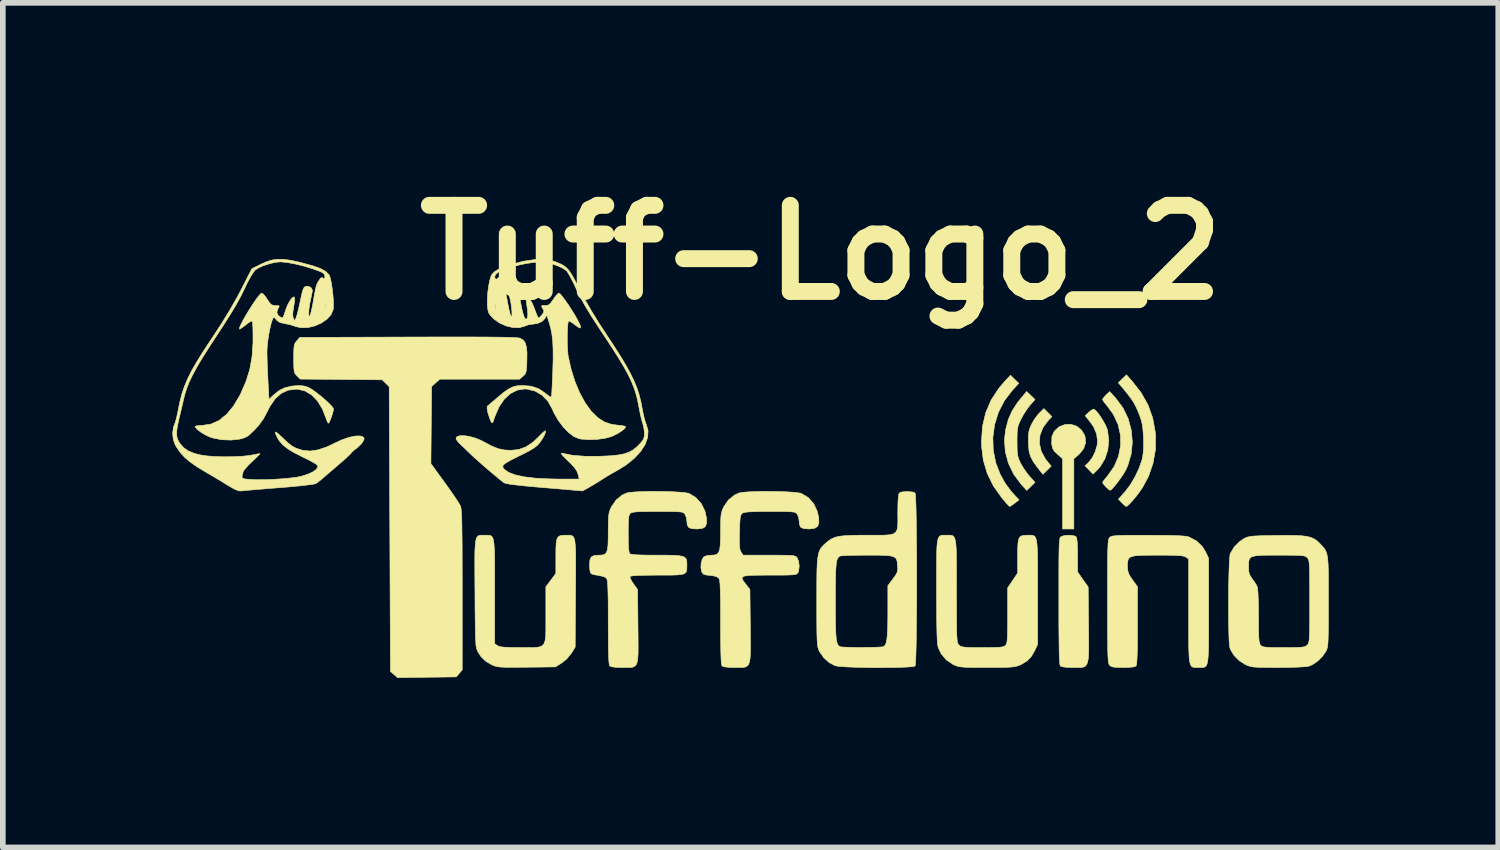
<source format=kicad_pcb>
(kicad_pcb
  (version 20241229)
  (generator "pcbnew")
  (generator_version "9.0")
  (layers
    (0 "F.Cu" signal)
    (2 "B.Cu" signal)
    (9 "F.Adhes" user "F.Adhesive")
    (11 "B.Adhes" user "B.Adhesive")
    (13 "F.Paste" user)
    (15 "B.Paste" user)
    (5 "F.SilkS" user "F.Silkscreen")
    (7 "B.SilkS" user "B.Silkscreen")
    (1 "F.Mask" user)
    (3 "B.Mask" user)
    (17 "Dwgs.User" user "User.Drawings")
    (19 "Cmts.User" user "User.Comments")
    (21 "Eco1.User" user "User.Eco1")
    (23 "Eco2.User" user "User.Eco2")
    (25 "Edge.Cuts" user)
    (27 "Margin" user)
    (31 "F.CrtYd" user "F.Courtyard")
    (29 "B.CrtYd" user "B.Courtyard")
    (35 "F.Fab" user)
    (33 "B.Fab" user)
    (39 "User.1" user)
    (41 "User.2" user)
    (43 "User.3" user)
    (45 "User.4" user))
  (footprint "Tuff-Logo_2"
    (layer "F.Cu")
    (at 10.209 5.228)
    (property "Reference" "Tuff-Logo_2" (at 1.27 -3.81 0) (layer "F.SilkS") (effects (font (size 1.524 1.524) (thickness 0.3))))
    (attr through_hole)
    (fp_poly (pts (xy 5.793 -0.736) (xy 5.876 -0.671) (xy 5.933 -0.577) (xy 5.942 -0.551) (xy 5.951 -0.444) (xy 5.917 -0.341) (xy 5.844 -0.248) (xy 5.83 -0.237) (xy 5.743 -0.161) (xy 5.743 1.082) (xy 5.544 1.082) (xy 5.544 -0.16) (xy 5.453 -0.241) (xy 5.397 -0.295) (xy 5.367 -0.345) (xy 5.353 -0.409) (xy 5.351 -0.433) (xy 5.355 -0.552) (xy 5.396 -0.646) (xy 5.474 -0.719) (xy 5.485 -0.727) (xy 5.589 -0.767) (xy 5.694 -0.769) (xy 5.793 -0.736)) (stroke (width 0.01) (type solid)) (fill yes) (layer "F.SilkS"))
    (fp_poly (pts (xy 5.284 -0.977) (xy 5.354 -0.906) (xy 5.286 -0.834) (xy 5.194 -0.708) (xy 5.143 -0.572) (xy 5.134 -0.431) (xy 5.167 -0.29) (xy 5.241 -0.154) (xy 5.265 -0.124) (xy 5.343 -0.029) (xy 5.195 0.115) (xy 5.103 -0.001) (xy 5.027 -0.105) (xy 4.978 -0.197) (xy 4.951 -0.291) (xy 4.94 -0.405) (xy 4.938 -0.464) (xy 4.939 -0.565) (xy 4.947 -0.639) (xy 4.965 -0.702) (xy 4.995 -0.771) (xy 4.996 -0.773) (xy 5.044 -0.856) (xy 5.101 -0.934) (xy 5.135 -0.971) (xy 5.213 -1.048) (xy 5.284 -0.977)) (stroke (width 0.01) (type solid)) (fill yes) (layer "F.SilkS"))
    (fp_poly (pts (xy 6.124 -1.02) (xy 6.168 -0.971) (xy 6.217 -0.903) (xy 6.266 -0.824) (xy 6.308 -0.745) (xy 6.336 -0.675) (xy 6.339 -0.661) (xy 6.361 -0.488) (xy 6.344 -0.318) (xy 6.292 -0.158) (xy 6.207 -0.017) (xy 6.153 0.042) (xy 6.083 0.111) (xy 5.941 -0.036) (xy 5.999 -0.09) (xy 6.067 -0.174) (xy 6.121 -0.284) (xy 6.155 -0.4) (xy 6.162 -0.47) (xy 6.146 -0.6) (xy 6.093 -0.724) (xy 6.019 -0.829) (xy 5.944 -0.921) (xy 6.004 -0.98) (xy 6.051 -1.018) (xy 6.087 -1.037) (xy 6.092 -1.038) (xy 6.124 -1.02)) (stroke (width 0.01) (type solid)) (fill yes) (layer "F.SilkS"))
    (fp_poly (pts (xy 4.695 -1.566) (xy 4.769 -1.495) (xy 4.654 -1.371) (xy 4.514 -1.188) (xy 4.409 -0.984) (xy 4.341 -0.765) (xy 4.31 -0.538) (xy 4.317 -0.308) (xy 4.363 -0.083) (xy 4.441 0.117) (xy 4.526 0.27) (xy 4.622 0.402) (xy 4.698 0.488) (xy 4.773 0.567) (xy 4.696 0.626) (xy 4.647 0.662) (xy 4.613 0.683) (xy 4.607 0.685) (xy 4.589 0.669) (xy 4.549 0.626) (xy 4.497 0.565) (xy 4.474 0.538) (xy 4.321 0.324) (xy 4.211 0.101) (xy 4.141 -0.134) (xy 4.11 -0.386) (xy 4.109 -0.473) (xy 4.127 -0.735) (xy 4.184 -0.976) (xy 4.279 -1.198) (xy 4.415 -1.406) (xy 4.525 -1.535) (xy 4.622 -1.638) (xy 4.695 -1.566)) (stroke (width 0.01) (type solid)) (fill yes) (layer "F.SilkS"))
    (fp_poly (pts (xy 4.982 -1.28) (xy 5.056 -1.208) (xy 4.968 -1.109) (xy 4.911 -1.034) (xy 4.852 -0.942) (xy 4.809 -0.864) (xy 4.778 -0.798) (xy 4.758 -0.744) (xy 4.746 -0.689) (xy 4.74 -0.62) (xy 4.738 -0.525) (xy 4.738 -0.464) (xy 4.739 -0.351) (xy 4.742 -0.27) (xy 4.751 -0.209) (xy 4.767 -0.156) (xy 4.792 -0.1) (xy 4.799 -0.084) (xy 4.851 0.005) (xy 4.916 0.098) (xy 4.959 0.15) (xy 5.056 0.258) (xy 4.983 0.329) (xy 4.91 0.4) (xy 4.804 0.283) (xy 4.678 0.112) (xy 4.586 -0.078) (xy 4.531 -0.282) (xy 4.515 -0.489) (xy 4.535 -0.67) (xy 4.583 -0.854) (xy 4.653 -1.011) (xy 4.75 -1.16) (xy 4.792 -1.211) (xy 4.908 -1.351) (xy 4.982 -1.28)) (stroke (width 0.01) (type solid)) (fill yes) (layer "F.SilkS"))
    (fp_poly (pts (xy 6.485 -1.231) (xy 6.613 -1.059) (xy 6.705 -0.868) (xy 6.76 -0.663) (xy 6.778 -0.452) (xy 6.757 -0.242) (xy 6.697 -0.038) (xy 6.661 0.04) (xy 6.626 0.101) (xy 6.577 0.174) (xy 6.523 0.249) (xy 6.469 0.317) (xy 6.423 0.369) (xy 6.392 0.396) (xy 6.386 0.398) (xy 6.361 0.383) (xy 6.321 0.347) (xy 6.31 0.336) (xy 6.272 0.293) (xy 6.252 0.263) (xy 6.251 0.26) (xy 6.264 0.237) (xy 6.299 0.192) (xy 6.343 0.139) (xy 6.458 -0.025) (xy 6.534 -0.204) (xy 6.57 -0.391) (xy 6.567 -0.581) (xy 6.526 -0.767) (xy 6.444 -0.943) (xy 6.339 -1.088) (xy 6.292 -1.145) (xy 6.26 -1.189) (xy 6.251 -1.209) (xy 6.265 -1.235) (xy 6.302 -1.277) (xy 6.314 -1.289) (xy 6.377 -1.349) (xy 6.485 -1.231)) (stroke (width 0.01) (type solid)) (fill yes) (layer "F.SilkS"))
    (fp_poly (pts (xy 6.772 -1.535) (xy 6.935 -1.327) (xy 7.056 -1.112) (xy 7.138 -0.882) (xy 7.184 -0.632) (xy 7.19 -0.564) (xy 7.187 -0.322) (xy 7.144 -0.08) (xy 7.064 0.152) (xy 6.957 0.351) (xy 6.905 0.426) (xy 6.846 0.504) (xy 6.785 0.577) (xy 6.731 0.637) (xy 6.69 0.675) (xy 6.672 0.685) (xy 6.648 0.67) (xy 6.608 0.634) (xy 6.594 0.62) (xy 6.532 0.555) (xy 6.647 0.426) (xy 6.738 0.307) (xy 6.825 0.161) (xy 6.898 0.006) (xy 6.949 -0.141) (xy 6.958 -0.18) (xy 6.972 -0.276) (xy 6.977 -0.403) (xy 6.975 -0.544) (xy 6.967 -0.665) (xy 6.956 -0.759) (xy 6.936 -0.841) (xy 6.906 -0.929) (xy 6.894 -0.961) (xy 6.852 -1.06) (xy 6.809 -1.144) (xy 6.757 -1.224) (xy 6.688 -1.315) (xy 6.617 -1.402) (xy 6.53 -1.505) (xy 6.602 -1.575) (xy 6.674 -1.645) (xy 6.772 -1.535)) (stroke (width 0.01) (type solid)) (fill yes) (layer "F.SilkS"))
    (fp_poly (pts (xy 5.718 1.197) (xy 5.771 1.211) (xy 5.782 1.219) (xy 5.795 1.253) (xy 5.804 1.328) (xy 5.808 1.444) (xy 5.809 1.544) (xy 5.809 1.842) (xy 5.903 1.976) (xy 5.997 2.109) (xy 6.003 2.769) (xy 6.005 2.973) (xy 6.006 3.137) (xy 6.005 3.266) (xy 6 3.364) (xy 5.988 3.434) (xy 5.97 3.482) (xy 5.944 3.512) (xy 5.907 3.528) (xy 5.858 3.534) (xy 5.797 3.534) (xy 5.735 3.534) (xy 5.623 3.531) (xy 5.544 3.522) (xy 5.505 3.508) (xy 5.504 3.507) (xy 5.498 3.49) (xy 5.492 3.448) (xy 5.488 3.38) (xy 5.484 3.283) (xy 5.482 3.155) (xy 5.48 2.992) (xy 5.478 2.792) (xy 5.478 2.553) (xy 5.478 2.36) (xy 5.478 2.108) (xy 5.478 1.898) (xy 5.478 1.724) (xy 5.479 1.583) (xy 5.481 1.472) (xy 5.483 1.387) (xy 5.487 1.324) (xy 5.491 1.279) (xy 5.496 1.25) (xy 5.503 1.232) (xy 5.511 1.222) (xy 5.52 1.216) (xy 5.575 1.199) (xy 5.647 1.193) (xy 5.718 1.197)) (stroke (width 0.01) (type solid)) (fill yes) (layer "F.SilkS"))
    (fp_poly (pts (xy -5.073 -2.315) (xy -4.831 -2.315) (xy -4.626 -2.314) (xy -4.455 -2.312) (xy -4.317 -2.31) (xy -4.211 -2.307) (xy -4.133 -2.303) (xy -4.083 -2.299) (xy -4.058 -2.294) (xy -4.057 -2.294) (xy -4.003 -2.262) (xy -3.966 -2.213) (xy -3.944 -2.141) (xy -3.934 -2.039) (xy -3.935 -1.906) (xy -3.939 -1.802) (xy -3.944 -1.732) (xy -3.954 -1.687) (xy -3.969 -1.656) (xy -3.994 -1.631) (xy -4.004 -1.621) (xy -4.066 -1.568) (xy -5.477 -1.568) (xy -5.549 -1.504) (xy -5.621 -1.439) (xy -5.628 -0.757) (xy -5.634 -0.074) (xy -5.388 0.264) (xy -5.308 0.376) (xy -5.235 0.48) (xy -5.175 0.57) (xy -5.132 0.638) (xy -5.111 0.676) (xy -5.104 0.698) (xy -5.099 0.734) (xy -5.094 0.787) (xy -5.09 0.859) (xy -5.087 0.955) (xy -5.085 1.076) (xy -5.083 1.226) (xy -5.081 1.408) (xy -5.081 1.626) (xy -5.08 1.881) (xy -5.08 2.163) (xy -5.08 3.576) (xy -5.133 3.638) (xy -5.187 3.7) (xy -5.705 3.706) (xy -6.223 3.713) (xy -6.35 3.604) (xy -6.361 1.085) (xy -6.372 -1.435) (xy -6.433 -1.496) (xy -6.495 -1.557) (xy -7.221 -1.564) (xy -7.947 -1.57) (xy -8.004 -1.627) (xy -8.029 -1.654) (xy -8.046 -1.683) (xy -8.055 -1.722) (xy -8.06 -1.781) (xy -8.062 -1.87) (xy -8.062 -1.934) (xy -8.061 -2.044) (xy -8.058 -2.12) (xy -8.051 -2.17) (xy -8.038 -2.206) (xy -8.017 -2.235) (xy -8.008 -2.246) (xy -7.955 -2.308) (xy -6.037 -2.314) (xy -5.674 -2.315) (xy -5.353 -2.315) (xy -5.073 -2.315)) (stroke (width 0.01) (type solid)) (fill yes) (layer "F.SilkS"))
    (fp_poly (pts (xy -3.17 1.193) (xy -3.142 1.199) (xy -3.119 1.214) (xy -3.102 1.242) (xy -3.089 1.285) (xy -3.081 1.349) (xy -3.075 1.437) (xy -3.072 1.552) (xy -3.072 1.699) (xy -3.072 1.88) (xy -3.074 2.1) (xy -3.075 2.218) (xy -3.081 3.173) (xy -3.148 3.281) (xy -3.233 3.385) (xy -3.323 3.456) (xy -3.431 3.523) (xy -3.941 3.529) (xy -4.105 3.53) (xy -4.232 3.531) (xy -4.328 3.529) (xy -4.398 3.526) (xy -4.451 3.52) (xy -4.491 3.511) (xy -4.526 3.499) (xy -4.55 3.489) (xy -4.662 3.424) (xy -4.745 3.344) (xy -4.801 3.258) (xy -4.812 3.235) (xy -4.822 3.211) (xy -4.829 3.181) (xy -4.836 3.142) (xy -4.84 3.088) (xy -4.844 3.016) (xy -4.847 2.921) (xy -4.849 2.799) (xy -4.851 2.646) (xy -4.853 2.457) (xy -4.854 2.229) (xy -4.854 2.217) (xy -4.856 1.977) (xy -4.857 1.778) (xy -4.857 1.616) (xy -4.856 1.487) (xy -4.851 1.387) (xy -4.844 1.312) (xy -4.833 1.26) (xy -4.818 1.225) (xy -4.798 1.205) (xy -4.773 1.195) (xy -4.741 1.192) (xy -4.703 1.193) (xy -4.682 1.193) (xy -4.641 1.192) (xy -4.606 1.193) (xy -4.578 1.2) (xy -4.555 1.215) (xy -4.538 1.244) (xy -4.525 1.289) (xy -4.517 1.355) (xy -4.511 1.445) (xy -4.508 1.563) (xy -4.506 1.713) (xy -4.506 1.899) (xy -4.506 2.124) (xy -4.506 2.187) (xy -4.506 3.112) (xy -4.457 3.146) (xy -4.429 3.16) (xy -4.387 3.169) (xy -4.322 3.175) (xy -4.229 3.179) (xy -4.102 3.18) (xy -4.048 3.181) (xy -3.913 3.181) (xy -3.808 3.18) (xy -3.729 3.173) (xy -3.673 3.154) (xy -3.636 3.119) (xy -3.614 3.062) (xy -3.603 2.979) (xy -3.6 2.864) (xy -3.6 2.714) (xy -3.6 2.599) (xy -3.6 2.106) (xy -3.423 1.869) (xy -3.423 1.566) (xy -3.422 1.429) (xy -3.417 1.331) (xy -3.405 1.264) (xy -3.384 1.224) (xy -3.349 1.202) (xy -3.298 1.194) (xy -3.247 1.193) (xy -3.205 1.192) (xy -3.17 1.193)) (stroke (width 0.01) (type solid)) (fill yes) (layer "F.SilkS"))
    (fp_poly (pts (xy 7.059 1.194) (xy 7.264 1.195) (xy 7.429 1.197) (xy 7.559 1.2) (xy 7.656 1.205) (xy 7.725 1.212) (xy 7.771 1.221) (xy 7.78 1.224) (xy 7.912 1.293) (xy 8.017 1.394) (xy 8.075 1.488) (xy 8.128 1.601) (xy 8.128 2.533) (xy 8.128 2.769) (xy 8.128 2.965) (xy 8.127 3.125) (xy 8.124 3.251) (xy 8.119 3.349) (xy 8.111 3.421) (xy 8.1 3.472) (xy 8.084 3.505) (xy 8.063 3.523) (xy 8.037 3.532) (xy 8.004 3.534) (xy 7.964 3.534) (xy 7.951 3.534) (xy 7.909 3.534) (xy 7.875 3.533) (xy 7.847 3.527) (xy 7.824 3.511) (xy 7.807 3.483) (xy 7.794 3.437) (xy 7.785 3.372) (xy 7.78 3.281) (xy 7.776 3.163) (xy 7.775 3.013) (xy 7.775 2.828) (xy 7.775 2.602) (xy 7.775 2.54) (xy 7.775 1.615) (xy 7.726 1.58) (xy 7.701 1.568) (xy 7.664 1.559) (xy 7.607 1.553) (xy 7.524 1.549) (xy 7.411 1.547) (xy 7.26 1.546) (xy 7.233 1.546) (xy 7.065 1.547) (xy 6.936 1.549) (xy 6.841 1.555) (xy 6.774 1.567) (xy 6.731 1.587) (xy 6.707 1.616) (xy 6.696 1.656) (xy 6.692 1.709) (xy 6.692 1.737) (xy 6.696 1.809) (xy 6.71 1.866) (xy 6.742 1.926) (xy 6.781 1.982) (xy 6.869 2.105) (xy 6.869 2.793) (xy 6.869 3.003) (xy 6.867 3.172) (xy 6.864 3.303) (xy 6.86 3.399) (xy 6.854 3.463) (xy 6.847 3.499) (xy 6.843 3.507) (xy 6.805 3.522) (xy 6.728 3.531) (xy 6.618 3.534) (xy 6.614 3.534) (xy 6.514 3.532) (xy 6.447 3.527) (xy 6.406 3.516) (xy 6.379 3.497) (xy 6.376 3.494) (xy 6.367 3.481) (xy 6.36 3.461) (xy 6.354 3.43) (xy 6.35 3.384) (xy 6.346 3.319) (xy 6.343 3.232) (xy 6.342 3.119) (xy 6.34 2.977) (xy 6.339 2.801) (xy 6.339 2.588) (xy 6.339 2.359) (xy 6.339 2.111) (xy 6.339 1.903) (xy 6.34 1.732) (xy 6.341 1.593) (xy 6.343 1.484) (xy 6.346 1.4) (xy 6.349 1.338) (xy 6.354 1.294) (xy 6.359 1.265) (xy 6.366 1.246) (xy 6.375 1.234) (xy 6.379 1.229) (xy 6.395 1.219) (xy 6.42 1.21) (xy 6.459 1.204) (xy 6.517 1.199) (xy 6.598 1.196) (xy 6.708 1.194) (xy 6.852 1.194) (xy 7.034 1.194) (xy 7.059 1.194)) (stroke (width 0.01) (type solid)) (fill yes) (layer "F.SilkS"))
    (fp_poly (pts (xy 3.48 1.193) (xy 3.49 1.193) (xy 3.532 1.192) (xy 3.567 1.193) (xy 3.595 1.2) (xy 3.617 1.216) (xy 3.634 1.245) (xy 3.647 1.29) (xy 3.656 1.357) (xy 3.662 1.447) (xy 3.665 1.567) (xy 3.666 1.718) (xy 3.667 1.905) (xy 3.666 2.131) (xy 3.666 2.177) (xy 3.667 2.402) (xy 3.667 2.587) (xy 3.668 2.737) (xy 3.669 2.854) (xy 3.671 2.944) (xy 3.675 3.011) (xy 3.679 3.059) (xy 3.685 3.091) (xy 3.693 3.112) (xy 3.702 3.127) (xy 3.711 3.136) (xy 3.73 3.153) (xy 3.755 3.164) (xy 3.794 3.172) (xy 3.852 3.177) (xy 3.936 3.18) (xy 4.055 3.18) (xy 4.127 3.181) (xy 4.265 3.18) (xy 4.366 3.178) (xy 4.436 3.175) (xy 4.483 3.168) (xy 4.512 3.158) (xy 4.531 3.145) (xy 4.535 3.14) (xy 4.548 3.122) (xy 4.557 3.093) (xy 4.563 3.049) (xy 4.568 2.983) (xy 4.57 2.889) (xy 4.572 2.763) (xy 4.572 2.613) (xy 4.572 2.125) (xy 4.749 1.861) (xy 4.749 1.561) (xy 4.75 1.426) (xy 4.755 1.328) (xy 4.767 1.263) (xy 4.79 1.222) (xy 4.825 1.202) (xy 4.877 1.194) (xy 4.925 1.193) (xy 4.967 1.192) (xy 5.002 1.193) (xy 5.03 1.2) (xy 5.052 1.215) (xy 5.069 1.243) (xy 5.082 1.288) (xy 5.091 1.354) (xy 5.097 1.443) (xy 5.1 1.561) (xy 5.102 1.71) (xy 5.102 1.895) (xy 5.102 2.119) (xy 5.102 2.194) (xy 5.102 3.125) (xy 5.05 3.236) (xy 4.988 3.342) (xy 4.913 3.419) (xy 4.81 3.48) (xy 4.793 3.488) (xy 4.757 3.503) (xy 4.718 3.514) (xy 4.67 3.522) (xy 4.606 3.528) (xy 4.52 3.531) (xy 4.405 3.533) (xy 4.254 3.533) (xy 4.208 3.533) (xy 4.048 3.533) (xy 3.926 3.532) (xy 3.834 3.53) (xy 3.766 3.525) (xy 3.716 3.518) (xy 3.675 3.508) (xy 3.638 3.494) (xy 3.609 3.481) (xy 3.488 3.401) (xy 3.394 3.289) (xy 3.345 3.186) (xy 3.337 3.154) (xy 3.33 3.104) (xy 3.325 3.031) (xy 3.321 2.933) (xy 3.318 2.805) (xy 3.316 2.644) (xy 3.315 2.446) (xy 3.314 2.208) (xy 3.314 2.183) (xy 3.314 1.948) (xy 3.314 1.753) (xy 3.315 1.595) (xy 3.317 1.47) (xy 3.322 1.373) (xy 3.33 1.302) (xy 3.342 1.253) (xy 3.358 1.221) (xy 3.379 1.202) (xy 3.406 1.194) (xy 3.439 1.192) (xy 3.48 1.193)) (stroke (width 0.01) (type solid)) (fill yes) (layer "F.SilkS"))
    (fp_poly (pts (xy -1.484 0.42) (xy -1.348 0.424) (xy -1.229 0.431) (xy -1.135 0.44) (xy -1.074 0.451) (xy -1.065 0.454) (xy -0.945 0.527) (xy -0.85 0.633) (xy -0.785 0.764) (xy -0.757 0.893) (xy -0.756 0.983) (xy -0.778 1.041) (xy -0.83 1.072) (xy -0.917 1.082) (xy -0.936 1.082) (xy -1.023 1.076) (xy -1.075 1.053) (xy -1.099 1.008) (xy -1.104 0.95) (xy -1.114 0.882) (xy -1.137 0.824) (xy -1.139 0.822) (xy -1.152 0.806) (xy -1.169 0.793) (xy -1.195 0.784) (xy -1.238 0.779) (xy -1.302 0.775) (xy -1.395 0.774) (xy -1.522 0.773) (xy -1.623 0.773) (xy -1.779 0.774) (xy -1.897 0.775) (xy -1.982 0.778) (xy -2.041 0.784) (xy -2.079 0.792) (xy -2.101 0.802) (xy -2.108 0.808) (xy -2.122 0.829) (xy -2.132 0.866) (xy -2.138 0.924) (xy -2.141 1.011) (xy -2.142 1.134) (xy -2.142 1.168) (xy -2.141 1.317) (xy -2.136 1.424) (xy -2.127 1.491) (xy -2.116 1.52) (xy -2.09 1.53) (xy -2.033 1.537) (xy -1.941 1.542) (xy -1.811 1.545) (xy -1.641 1.546) (xy -1.633 1.546) (xy -1.467 1.546) (xy -1.34 1.549) (xy -1.247 1.555) (xy -1.182 1.566) (xy -1.141 1.585) (xy -1.117 1.612) (xy -1.107 1.65) (xy -1.104 1.701) (xy -1.104 1.72) (xy -1.105 1.777) (xy -1.109 1.82) (xy -1.122 1.852) (xy -1.15 1.874) (xy -1.198 1.888) (xy -1.27 1.895) (xy -1.373 1.899) (xy -1.512 1.899) (xy -1.623 1.899) (xy -1.805 1.901) (xy -1.944 1.904) (xy -2.041 1.909) (xy -2.096 1.917) (xy -2.111 1.924) (xy -2.107 1.953) (xy -2.081 2.005) (xy -2.051 2.051) (xy -1.977 2.153) (xy -1.97 2.802) (xy -1.968 3.002) (xy -1.967 3.161) (xy -1.968 3.285) (xy -1.974 3.378) (xy -1.986 3.445) (xy -2.005 3.49) (xy -2.033 3.516) (xy -2.072 3.53) (xy -2.124 3.534) (xy -2.19 3.534) (xy -2.241 3.534) (xy -2.352 3.531) (xy -2.43 3.522) (xy -2.469 3.508) (xy -2.469 3.507) (xy -2.477 3.487) (xy -2.483 3.44) (xy -2.488 3.364) (xy -2.492 3.255) (xy -2.494 3.111) (xy -2.495 2.929) (xy -2.496 2.739) (xy -2.496 2.526) (xy -2.497 2.354) (xy -2.5 2.218) (xy -2.503 2.115) (xy -2.508 2.041) (xy -2.514 1.991) (xy -2.521 1.963) (xy -2.525 1.957) (xy -2.571 1.926) (xy -2.652 1.907) (xy -2.663 1.905) (xy -2.732 1.894) (xy -2.785 1.879) (xy -2.8 1.872) (xy -2.816 1.836) (xy -2.826 1.769) (xy -2.827 1.721) (xy -2.821 1.633) (xy -2.798 1.58) (xy -2.749 1.554) (xy -2.666 1.546) (xy -2.655 1.546) (xy -2.599 1.543) (xy -2.558 1.531) (xy -2.53 1.502) (xy -2.511 1.453) (xy -2.501 1.376) (xy -2.497 1.266) (xy -2.496 1.135) (xy -2.495 1.005) (xy -2.493 0.91) (xy -2.488 0.842) (xy -2.479 0.79) (xy -2.465 0.746) (xy -2.444 0.701) (xy -2.44 0.691) (xy -2.356 0.569) (xy -2.247 0.481) (xy -2.167 0.445) (xy -2.111 0.435) (xy -2.021 0.427) (xy -1.905 0.421) (xy -1.771 0.418) (xy -1.628 0.418) (xy -1.484 0.42)) (stroke (width 0.01) (type solid)) (fill yes) (layer "F.SilkS"))
    (fp_poly (pts (xy 0.504 0.42) (xy 0.639 0.424) (xy 0.759 0.431) (xy 0.853 0.44) (xy 0.914 0.451) (xy 0.923 0.454) (xy 1.045 0.528) (xy 1.139 0.634) (xy 1.202 0.768) (xy 1.228 0.881) (xy 1.231 0.975) (xy 1.208 1.037) (xy 1.155 1.071) (xy 1.065 1.082) (xy 1.05 1.082) (xy 0.964 1.076) (xy 0.912 1.053) (xy 0.888 1.006) (xy 0.883 0.95) (xy 0.874 0.882) (xy 0.85 0.824) (xy 0.849 0.822) (xy 0.836 0.806) (xy 0.819 0.793) (xy 0.792 0.784) (xy 0.75 0.779) (xy 0.685 0.775) (xy 0.592 0.774) (xy 0.464 0.773) (xy 0.367 0.773) (xy 0.206 0.774) (xy 0.084 0.776) (xy -0.005 0.78) (xy -0.066 0.786) (xy -0.105 0.795) (xy -0.123 0.804) (xy -0.14 0.821) (xy -0.153 0.848) (xy -0.161 0.891) (xy -0.167 0.959) (xy -0.171 1.058) (xy -0.173 1.137) (xy -0.175 1.264) (xy -0.174 1.356) (xy -0.169 1.419) (xy -0.16 1.462) (xy -0.145 1.492) (xy -0.145 1.492) (xy -0.109 1.546) (xy 0.353 1.546) (xy 0.507 1.546) (xy 0.623 1.547) (xy 0.706 1.549) (xy 0.764 1.553) (xy 0.801 1.56) (xy 0.825 1.569) (xy 0.84 1.583) (xy 0.849 1.595) (xy 0.874 1.66) (xy 0.883 1.743) (xy 0.873 1.823) (xy 0.861 1.857) (xy 0.851 1.871) (xy 0.834 1.881) (xy 0.805 1.889) (xy 0.758 1.894) (xy 0.687 1.897) (xy 0.587 1.899) (xy 0.451 1.899) (xy 0.363 1.899) (xy 0.194 1.9) (xy 0.064 1.902) (xy -0.028 1.907) (xy -0.089 1.917) (xy -0.121 1.933) (xy -0.128 1.956) (xy -0.114 1.989) (xy -0.084 2.031) (xy -0.063 2.058) (xy 0.011 2.152) (xy 0.018 2.789) (xy 0.02 2.991) (xy 0.021 3.152) (xy 0.02 3.278) (xy 0.014 3.373) (xy 0.002 3.441) (xy -0.017 3.487) (xy -0.045 3.514) (xy -0.084 3.529) (xy -0.135 3.534) (xy -0.2 3.534) (xy -0.25 3.534) (xy -0.363 3.531) (xy -0.441 3.522) (xy -0.481 3.508) (xy -0.481 3.507) (xy -0.489 3.487) (xy -0.496 3.44) (xy -0.5 3.364) (xy -0.504 3.255) (xy -0.506 3.111) (xy -0.508 2.929) (xy -0.508 2.739) (xy -0.508 2.528) (xy -0.509 2.357) (xy -0.512 2.223) (xy -0.515 2.121) (xy -0.519 2.046) (xy -0.525 1.996) (xy -0.532 1.966) (xy -0.538 1.955) (xy -0.578 1.926) (xy -0.652 1.909) (xy -0.694 1.904) (xy -0.768 1.896) (xy -0.81 1.882) (xy -0.833 1.857) (xy -0.843 1.836) (xy -0.856 1.766) (xy -0.852 1.687) (xy -0.833 1.618) (xy -0.803 1.574) (xy -0.757 1.556) (xy -0.69 1.547) (xy -0.671 1.546) (xy -0.614 1.543) (xy -0.572 1.529) (xy -0.543 1.499) (xy -0.524 1.448) (xy -0.514 1.368) (xy -0.509 1.256) (xy -0.508 1.126) (xy -0.507 0.998) (xy -0.505 0.905) (xy -0.5 0.837) (xy -0.49 0.786) (xy -0.475 0.742) (xy -0.454 0.695) (xy -0.452 0.691) (xy -0.369 0.569) (xy -0.259 0.481) (xy -0.179 0.445) (xy -0.123 0.435) (xy -0.033 0.427) (xy 0.083 0.421) (xy 0.217 0.418) (xy 0.36 0.418) (xy 0.504 0.42)) (stroke (width 0.01) (type solid)) (fill yes) (layer "F.SilkS"))
    (fp_poly (pts (xy 2.834 0.422) (xy 2.898 0.43) (xy 2.933 0.446) (xy 2.939 0.473) (xy 2.943 0.54) (xy 2.948 0.642) (xy 2.952 0.775) (xy 2.955 0.935) (xy 2.957 1.117) (xy 2.959 1.316) (xy 2.961 1.529) (xy 2.962 1.75) (xy 2.962 1.976) (xy 2.962 2.202) (xy 2.961 2.424) (xy 2.959 2.636) (xy 2.957 2.836) (xy 2.955 3.018) (xy 2.952 3.177) (xy 2.948 3.311) (xy 2.944 3.413) (xy 2.939 3.48) (xy 2.933 3.507) (xy 2.933 3.507) (xy 2.903 3.516) (xy 2.835 3.523) (xy 2.736 3.528) (xy 2.613 3.532) (xy 2.473 3.534) (xy 2.321 3.535) (xy 2.165 3.535) (xy 2.012 3.532) (xy 1.867 3.529) (xy 1.739 3.524) (xy 1.632 3.517) (xy 1.555 3.509) (xy 1.516 3.501) (xy 1.413 3.446) (xy 1.318 3.36) (xy 1.245 3.257) (xy 1.235 3.236) (xy 1.224 3.209) (xy 1.215 3.178) (xy 1.208 3.138) (xy 1.203 3.085) (xy 1.199 3.012) (xy 1.196 2.916) (xy 1.195 2.792) (xy 1.194 2.635) (xy 1.194 2.44) (xy 1.194 2.363) (xy 1.524 2.363) (xy 1.524 2.567) (xy 1.526 2.731) (xy 1.528 2.861) (xy 1.533 2.96) (xy 1.54 3.033) (xy 1.549 3.085) (xy 1.562 3.121) (xy 1.578 3.146) (xy 1.598 3.163) (xy 1.599 3.164) (xy 1.63 3.17) (xy 1.695 3.174) (xy 1.787 3.177) (xy 1.895 3.179) (xy 2.01 3.179) (xy 2.124 3.178) (xy 2.227 3.176) (xy 2.31 3.172) (xy 2.364 3.167) (xy 2.378 3.163) (xy 2.402 3.141) (xy 2.42 3.103) (xy 2.433 3.045) (xy 2.442 2.962) (xy 2.448 2.848) (xy 2.451 2.7) (xy 2.452 2.555) (xy 2.452 2.086) (xy 2.542 1.965) (xy 2.591 1.898) (xy 2.617 1.849) (xy 2.626 1.801) (xy 2.624 1.738) (xy 2.623 1.725) (xy 2.618 1.669) (xy 2.608 1.626) (xy 2.589 1.595) (xy 2.555 1.573) (xy 2.501 1.559) (xy 2.421 1.551) (xy 2.311 1.547) (xy 2.164 1.546) (xy 2.077 1.546) (xy 1.939 1.547) (xy 1.816 1.549) (xy 1.714 1.553) (xy 1.64 1.557) (xy 1.602 1.562) (xy 1.599 1.563) (xy 1.579 1.58) (xy 1.562 1.604) (xy 1.55 1.639) (xy 1.54 1.69) (xy 1.533 1.763) (xy 1.528 1.86) (xy 1.526 1.988) (xy 1.524 2.15) (xy 1.524 2.351) (xy 1.524 2.363) (xy 1.194 2.363) (xy 1.194 2.141) (xy 1.195 1.958) (xy 1.197 1.811) (xy 1.202 1.693) (xy 1.211 1.601) (xy 1.223 1.529) (xy 1.239 1.474) (xy 1.262 1.43) (xy 1.29 1.393) (xy 1.326 1.357) (xy 1.366 1.322) (xy 1.416 1.282) (xy 1.467 1.251) (xy 1.523 1.228) (xy 1.593 1.212) (xy 1.682 1.202) (xy 1.796 1.196) (xy 1.943 1.193) (xy 2.094 1.193) (xy 2.261 1.193) (xy 2.39 1.192) (xy 2.484 1.185) (xy 2.55 1.169) (xy 2.592 1.14) (xy 2.616 1.093) (xy 2.627 1.024) (xy 2.629 0.931) (xy 2.628 0.808) (xy 2.628 0.784) (xy 2.63 0.637) (xy 2.636 0.533) (xy 2.645 0.469) (xy 2.655 0.446) (xy 2.695 0.429) (xy 2.76 0.421) (xy 2.834 0.422)) (stroke (width 0.01) (type solid)) (fill yes) (layer "F.SilkS"))
    (fp_poly (pts (xy 9.663 1.197) (xy 9.78 1.203) (xy 9.872 1.215) (xy 9.943 1.234) (xy 10.001 1.261) (xy 10.051 1.297) (xy 10.098 1.342) (xy 10.136 1.382) (xy 10.167 1.417) (xy 10.192 1.453) (xy 10.211 1.495) (xy 10.225 1.547) (xy 10.235 1.613) (xy 10.242 1.7) (xy 10.246 1.811) (xy 10.248 1.951) (xy 10.248 2.126) (xy 10.248 2.339) (xy 10.248 2.363) (xy 10.248 2.573) (xy 10.248 2.744) (xy 10.246 2.88) (xy 10.244 2.985) (xy 10.241 3.066) (xy 10.237 3.126) (xy 10.231 3.169) (xy 10.223 3.202) (xy 10.213 3.228) (xy 10.206 3.244) (xy 10.144 3.334) (xy 10.061 3.417) (xy 9.969 3.481) (xy 9.902 3.51) (xy 9.854 3.518) (xy 9.769 3.524) (xy 9.656 3.529) (xy 9.522 3.532) (xy 9.374 3.534) (xy 9.354 3.534) (xy 9.198 3.533) (xy 9.079 3.532) (xy 8.991 3.529) (xy 8.926 3.525) (xy 8.876 3.517) (xy 8.836 3.506) (xy 8.798 3.49) (xy 8.778 3.481) (xy 8.671 3.414) (xy 8.58 3.323) (xy 8.518 3.222) (xy 8.503 3.181) (xy 8.496 3.132) (xy 8.49 3.048) (xy 8.486 2.933) (xy 8.483 2.795) (xy 8.481 2.639) (xy 8.48 2.472) (xy 8.481 2.301) (xy 8.482 2.132) (xy 8.485 1.971) (xy 8.489 1.825) (xy 8.492 1.751) (xy 8.835 1.751) (xy 8.838 1.833) (xy 8.853 1.891) (xy 8.885 1.945) (xy 8.9 1.965) (xy 8.946 2.029) (xy 8.981 2.09) (xy 8.989 2.108) (xy 8.996 2.149) (xy 9.002 2.227) (xy 9.007 2.336) (xy 9.01 2.469) (xy 9.011 2.618) (xy 9.011 2.634) (xy 9.012 2.792) (xy 9.013 2.912) (xy 9.016 3) (xy 9.021 3.061) (xy 9.029 3.101) (xy 9.039 3.127) (xy 9.048 3.14) (xy 9.066 3.155) (xy 9.092 3.166) (xy 9.133 3.173) (xy 9.196 3.178) (xy 9.288 3.18) (xy 9.416 3.18) (xy 9.457 3.181) (xy 9.594 3.18) (xy 9.695 3.179) (xy 9.765 3.175) (xy 9.812 3.169) (xy 9.842 3.159) (xy 9.864 3.145) (xy 9.873 3.136) (xy 9.885 3.123) (xy 9.895 3.105) (xy 9.902 3.078) (xy 9.908 3.039) (xy 9.912 2.981) (xy 9.914 2.9) (xy 9.916 2.791) (xy 9.917 2.651) (xy 9.917 2.473) (xy 9.917 2.363) (xy 9.917 2.164) (xy 9.916 2.005) (xy 9.915 1.88) (xy 9.913 1.785) (xy 9.91 1.716) (xy 9.905 1.667) (xy 9.899 1.634) (xy 9.89 1.613) (xy 9.88 1.597) (xy 9.873 1.59) (xy 9.855 1.575) (xy 9.833 1.564) (xy 9.799 1.556) (xy 9.747 1.551) (xy 9.672 1.548) (xy 9.567 1.547) (xy 9.426 1.546) (xy 9.372 1.546) (xy 9.205 1.546) (xy 9.076 1.548) (xy 8.982 1.554) (xy 8.916 1.566) (xy 8.873 1.585) (xy 8.849 1.614) (xy 8.838 1.655) (xy 8.835 1.71) (xy 8.835 1.751) (xy 8.492 1.751) (xy 8.494 1.699) (xy 8.5 1.601) (xy 8.506 1.538) (xy 8.511 1.518) (xy 8.58 1.402) (xy 8.679 1.303) (xy 8.755 1.252) (xy 8.788 1.236) (xy 8.822 1.224) (xy 8.866 1.215) (xy 8.924 1.208) (xy 9.004 1.204) (xy 9.112 1.2) (xy 9.255 1.198) (xy 9.327 1.197) (xy 9.514 1.195) (xy 9.663 1.197)) (stroke (width 0.01) (type solid)) (fill yes) (layer "F.SilkS"))
    (fp_poly (pts (xy -3.612 -3.685) (xy -3.459 -3.655) (xy -3.425 -3.643) (xy -3.349 -3.612) (xy -3.288 -3.581) (xy -3.237 -3.542) (xy -3.19 -3.49) (xy -3.142 -3.419) (xy -3.088 -3.322) (xy -3.021 -3.192) (xy -3.003 -3.156) (xy -2.905 -2.971) (xy -2.786 -2.764) (xy -2.654 -2.55) (xy -2.543 -2.38) (xy -2.399 -2.162) (xy -2.279 -1.974) (xy -2.181 -1.81) (xy -2.101 -1.665) (xy -2.038 -1.533) (xy -1.987 -1.409) (xy -1.948 -1.288) (xy -1.917 -1.163) (xy -1.892 -1.033) (xy -1.873 -0.936) (xy -1.851 -0.848) (xy -1.83 -0.783) (xy -1.824 -0.771) (xy -1.791 -0.657) (xy -1.799 -0.536) (xy -1.844 -0.411) (xy -1.925 -0.285) (xy -2.04 -0.163) (xy -2.185 -0.047) (xy -2.333 0.044) (xy -2.425 0.095) (xy -2.513 0.147) (xy -2.582 0.19) (xy -2.595 0.198) (xy -2.663 0.242) (xy -2.748 0.294) (xy -2.816 0.334) (xy -2.949 0.409) (xy -3.626 0.352) (xy -3.842 0.333) (xy -4.017 0.316) (xy -4.151 0.301) (xy -4.249 0.288) (xy -4.312 0.275) (xy -4.343 0.264) (xy -4.344 0.263) (xy -4.415 0.206) (xy -4.504 0.132) (xy -4.603 0.049) (xy -4.702 -0.036) (xy -4.792 -0.116) (xy -4.867 -0.182) (xy -4.916 -0.228) (xy -4.917 -0.229) (xy -4.989 -0.299) (xy -5.066 -0.373) (xy -5.099 -0.403) (xy -5.15 -0.455) (xy -5.183 -0.499) (xy -5.19 -0.519) (xy -5.172 -0.552) (xy -5.12 -0.569) (xy -5.044 -0.569) (xy -4.952 -0.555) (xy -4.851 -0.527) (xy -4.749 -0.486) (xy -4.682 -0.451) (xy -4.551 -0.381) (xy -4.437 -0.337) (xy -4.326 -0.315) (xy -4.22 -0.309) (xy -4.076 -0.325) (xy -3.946 -0.373) (xy -3.821 -0.458) (xy -3.733 -0.543) (xy -3.677 -0.6) (xy -3.633 -0.64) (xy -3.61 -0.656) (xy -3.608 -0.656) (xy -3.607 -0.627) (xy -3.628 -0.574) (xy -3.664 -0.509) (xy -3.711 -0.442) (xy -3.714 -0.437) (xy -3.757 -0.392) (xy -3.815 -0.348) (xy -3.898 -0.298) (xy -4.012 -0.239) (xy -4.054 -0.219) (xy -4.179 -0.157) (xy -4.268 -0.109) (xy -4.326 -0.073) (xy -4.356 -0.043) (xy -4.363 -0.017) (xy -4.351 0.009) (xy -4.34 0.022) (xy -4.263 0.079) (xy -4.143 0.125) (xy -3.983 0.16) (xy -3.782 0.184) (xy -3.541 0.196) (xy -3.369 0.199) (xy -3.009 0.199) (xy -3.031 0.111) (xy -3.053 0.054) (xy -3.096 -0.007) (xy -3.164 -0.081) (xy -3.21 -0.125) (xy -3.281 -0.194) (xy -3.319 -0.238) (xy -3.328 -0.258) (xy -3.312 -0.258) (xy -3.13 -0.222) (xy -2.908 -0.204) (xy -2.647 -0.204) (xy -2.628 -0.205) (xy -2.455 -0.213) (xy -2.318 -0.227) (xy -2.211 -0.248) (xy -2.124 -0.278) (xy -2.051 -0.32) (xy -1.984 -0.376) (xy -1.96 -0.4) (xy -1.903 -0.462) (xy -1.871 -0.51) (xy -1.858 -0.556) (xy -1.855 -0.605) (xy -1.863 -0.691) (xy -1.883 -0.78) (xy -1.888 -0.794) (xy -1.907 -0.859) (xy -1.929 -0.951) (xy -1.949 -1.054) (xy -1.956 -1.088) (xy -1.978 -1.203) (xy -2.006 -1.311) (xy -2.041 -1.418) (xy -2.086 -1.529) (xy -2.143 -1.648) (xy -2.215 -1.78) (xy -2.305 -1.93) (xy -2.414 -2.103) (xy -2.545 -2.304) (xy -2.644 -2.452) (xy -2.787 -2.672) (xy -2.904 -2.864) (xy -2.998 -3.035) (xy -3.058 -3.158) (xy -3.108 -3.265) (xy -3.157 -3.36) (xy -3.199 -3.435) (xy -3.229 -3.481) (xy -3.234 -3.486) (xy -3.294 -3.529) (xy -3.384 -3.571) (xy -3.488 -3.608) (xy -3.594 -3.634) (xy -3.685 -3.644) (xy -3.688 -3.644) (xy -3.762 -3.64) (xy -3.854 -3.629) (xy -3.952 -3.614) (xy -4.043 -3.596) (xy -4.116 -3.577) (xy -4.158 -3.561) (xy -4.16 -3.559) (xy -4.197 -3.543) (xy -4.257 -3.527) (xy -4.276 -3.524) (xy -4.365 -3.5) (xy -4.44 -3.463) (xy -4.49 -3.419) (xy -4.506 -3.38) (xy -4.494 -3.342) (xy -4.468 -3.339) (xy -4.45 -3.358) (xy -4.426 -3.37) (xy -4.395 -3.343) (xy -4.364 -3.284) (xy -4.343 -3.229) (xy -4.325 -3.16) (xy -4.303 -3.064) (xy -4.282 -2.957) (xy -4.274 -2.91) (xy -4.253 -2.805) (xy -4.234 -2.729) (xy -4.217 -2.686) (xy -4.205 -2.677) (xy -4.199 -2.706) (xy -4.201 -2.774) (xy -4.205 -2.813) (xy -4.215 -2.897) (xy -4.228 -2.969) (xy -4.238 -3.01) (xy -4.266 -3.092) (xy -4.273 -3.145) (xy -4.261 -3.177) (xy -4.227 -3.2) (xy -4.226 -3.2) (xy -4.174 -3.212) (xy -4.132 -3.193) (xy -4.099 -3.14) (xy -4.071 -3.048) (xy -4.053 -2.96) (xy -4.026 -2.819) (xy -4 -2.715) (xy -3.976 -2.651) (xy -3.955 -2.628) (xy -3.954 -2.628) (xy -3.929 -2.648) (xy -3.919 -2.707) (xy -3.925 -2.801) (xy -3.934 -2.854) (xy -3.945 -2.931) (xy -3.95 -2.99) (xy -3.946 -3.018) (xy -3.946 -3.019) (xy -3.919 -3.02) (xy -3.884 -2.985) (xy -3.845 -2.92) (xy -3.807 -2.831) (xy -3.797 -2.805) (xy -3.77 -2.73) (xy -3.746 -2.675) (xy -3.731 -2.651) (xy -3.729 -2.65) (xy -3.706 -2.666) (xy -3.672 -2.704) (xy -3.668 -2.709) (xy -3.638 -2.752) (xy -3.636 -2.784) (xy -3.656 -2.819) (xy -3.676 -2.856) (xy -3.669 -2.872) (xy -3.628 -2.874) (xy -3.598 -2.872) (xy -3.559 -2.878) (xy -3.524 -2.904) (xy -3.482 -2.96) (xy -3.469 -2.98) (xy -3.426 -3.04) (xy -3.388 -3.081) (xy -3.367 -3.092) (xy -3.344 -3.074) (xy -3.304 -3.026) (xy -3.251 -2.955) (xy -3.192 -2.869) (xy -3.132 -2.776) (xy -3.075 -2.682) (xy -3.034 -2.608) (xy -2.995 -2.529) (xy -2.983 -2.484) (xy -2.998 -2.473) (xy -3.041 -2.497) (xy -3.082 -2.529) (xy -3.138 -2.57) (xy -3.181 -2.594) (xy -3.198 -2.596) (xy -3.208 -2.565) (xy -3.215 -2.499) (xy -3.219 -2.41) (xy -3.221 -2.306) (xy -3.22 -2.198) (xy -3.216 -2.096) (xy -3.209 -2.009) (xy -3.204 -1.972) (xy -3.154 -1.747) (xy -3.085 -1.528) (xy -3 -1.324) (xy -2.902 -1.146) (xy -2.797 -1.002) (xy -2.789 -0.993) (xy -2.675 -0.883) (xy -2.561 -0.81) (xy -2.437 -0.769) (xy -2.34 -0.756) (xy -2.264 -0.748) (xy -2.209 -0.738) (xy -2.187 -0.728) (xy -2.187 -0.728) (xy -2.205 -0.696) (xy -2.255 -0.654) (xy -2.325 -0.609) (xy -2.405 -0.568) (xy -2.446 -0.551) (xy -2.559 -0.521) (xy -2.697 -0.503) (xy -2.841 -0.498) (xy -2.974 -0.508) (xy -3.012 -0.515) (xy -3.103 -0.553) (xy -3.2 -0.626) (xy -3.296 -0.726) (xy -3.385 -0.846) (xy -3.46 -0.979) (xy -3.488 -1.043) (xy -3.563 -1.178) (xy -3.665 -1.284) (xy -3.789 -1.357) (xy -3.928 -1.392) (xy -3.975 -1.395) (xy -4.106 -1.375) (xy -4.227 -1.314) (xy -4.335 -1.215) (xy -4.426 -1.082) (xy -4.498 -0.917) (xy -4.506 -0.895) (xy -4.53 -0.823) (xy -4.548 -0.794) (xy -4.565 -0.806) (xy -4.588 -0.859) (xy -4.598 -0.887) (xy -4.626 -0.976) (xy -4.64 -1.045) (xy -4.638 -1.086) (xy -4.634 -1.092) (xy -4.615 -1.107) (xy -4.571 -1.145) (xy -4.507 -1.199) (xy -4.452 -1.246) (xy -4.345 -1.335) (xy -4.258 -1.395) (xy -4.182 -1.433) (xy -4.107 -1.452) (xy -4.024 -1.458) (xy -4.019 -1.458) (xy -3.861 -1.444) (xy -3.73 -1.401) (xy -3.617 -1.326) (xy -3.613 -1.322) (xy -3.559 -1.279) (xy -3.519 -1.255) (xy -3.504 -1.255) (xy -3.499 -1.281) (xy -3.494 -1.345) (xy -3.489 -1.44) (xy -3.483 -1.558) (xy -3.478 -1.692) (xy -3.477 -1.725) (xy -3.471 -1.926) (xy -3.472 -2.092) (xy -3.478 -2.231) (xy -3.491 -2.35) (xy -3.511 -2.458) (xy -3.539 -2.563) (xy -3.549 -2.593) (xy -3.584 -2.702) (xy -3.614 -2.645) (xy -3.664 -2.592) (xy -3.745 -2.555) (xy -3.841 -2.54) (xy -3.848 -2.54) (xy -3.913 -2.53) (xy -3.981 -2.504) (xy -3.981 -2.504) (xy -4.073 -2.479) (xy -4.185 -2.482) (xy -4.304 -2.511) (xy -4.419 -2.562) (xy -4.519 -2.633) (xy -4.524 -2.638) (xy -4.58 -2.695) (xy -4.611 -2.741) (xy -4.626 -2.795) (xy -4.633 -2.86) (xy -4.5 -2.86) (xy -4.498 -2.815) (xy -4.493 -2.803) (xy -4.491 -2.81) (xy -4.486 -2.863) (xy -4.49 -2.899) (xy -4.496 -2.911) (xy -4.5 -2.884) (xy -4.5 -2.86) (xy -4.633 -2.86) (xy -4.634 -2.866) (xy -4.636 -2.973) (xy -4.629 -3.09) (xy -4.614 -3.207) (xy -4.595 -3.31) (xy -4.571 -3.39) (xy -4.554 -3.423) (xy -4.503 -3.474) (xy -4.425 -3.521) (xy -4.315 -3.566) (xy -4.219 -3.597) (xy -3.989 -3.657) (xy -3.787 -3.686) (xy -3.612 -3.685)) (stroke (width 0.01) (type solid)) (fill yes) (layer "F.SilkS"))
    (fp_poly (pts (xy -8.242 -3.689) (xy -8.116 -3.672) (xy -7.967 -3.64) (xy -7.785 -3.591) (xy -7.719 -3.573) (xy -7.588 -3.527) (xy -7.495 -3.475) (xy -7.436 -3.415) (xy -7.435 -3.413) (xy -7.416 -3.365) (xy -7.398 -3.284) (xy -7.382 -3.182) (xy -7.369 -3.071) (xy -7.36 -2.962) (xy -7.358 -2.868) (xy -7.363 -2.8) (xy -7.364 -2.799) (xy -7.401 -2.71) (xy -7.474 -2.629) (xy -7.572 -2.562) (xy -7.686 -2.511) (xy -7.808 -2.482) (xy -7.927 -2.478) (xy -8.036 -2.502) (xy -8.044 -2.506) (xy -8.113 -2.529) (xy -8.196 -2.547) (xy -8.221 -2.551) (xy -8.306 -2.572) (xy -8.362 -2.611) (xy -8.369 -2.62) (xy -8.4 -2.656) (xy -8.418 -2.658) (xy -8.434 -2.634) (xy -8.455 -2.577) (xy -8.477 -2.489) (xy -8.499 -2.381) (xy -8.517 -2.266) (xy -8.529 -2.157) (xy -8.535 -2.065) (xy -8.534 -1.987) (xy -8.531 -1.878) (xy -8.526 -1.749) (xy -8.52 -1.613) (xy -8.518 -1.561) (xy -8.499 -1.211) (xy -8.418 -1.288) (xy -8.319 -1.368) (xy -8.216 -1.418) (xy -8.093 -1.446) (xy -8.042 -1.451) (xy -7.947 -1.455) (xy -7.875 -1.447) (xy -7.807 -1.425) (xy -7.795 -1.42) (xy -7.741 -1.388) (xy -7.669 -1.337) (xy -7.59 -1.275) (xy -7.51 -1.208) (xy -7.44 -1.143) (xy -7.387 -1.088) (xy -7.36 -1.051) (xy -7.359 -1.047) (xy -7.362 -1.01) (xy -7.378 -0.949) (xy -7.401 -0.881) (xy -7.425 -0.822) (xy -7.443 -0.789) (xy -7.457 -0.797) (xy -7.477 -0.838) (xy -7.486 -0.866) (xy -7.554 -1.041) (xy -7.641 -1.183) (xy -7.746 -1.291) (xy -7.865 -1.361) (xy -7.995 -1.391) (xy -8.023 -1.391) (xy -8.162 -1.373) (xy -8.283 -1.317) (xy -8.39 -1.222) (xy -8.483 -1.086) (xy -8.525 -1.003) (xy -8.598 -0.866) (xy -8.682 -0.751) (xy -8.75 -0.676) (xy -8.822 -0.606) (xy -8.876 -0.561) (xy -8.927 -0.534) (xy -8.986 -0.515) (xy -9.023 -0.507) (xy -9.174 -0.491) (xy -9.336 -0.497) (xy -9.486 -0.526) (xy -9.549 -0.546) (xy -9.624 -0.582) (xy -9.698 -0.626) (xy -9.759 -0.671) (xy -9.798 -0.711) (xy -9.807 -0.73) (xy -9.787 -0.741) (xy -9.735 -0.749) (xy -9.68 -0.751) (xy -9.527 -0.773) (xy -9.383 -0.838) (xy -9.25 -0.945) (xy -9.126 -1.095) (xy -9.013 -1.286) (xy -9.001 -1.31) (xy -8.905 -1.531) (xy -8.838 -1.746) (xy -8.799 -1.968) (xy -8.782 -2.213) (xy -8.782 -2.268) (xy -8.782 -2.381) (xy -8.784 -2.478) (xy -8.788 -2.551) (xy -8.793 -2.591) (xy -8.795 -2.596) (xy -8.819 -2.591) (xy -8.865 -2.564) (xy -8.911 -2.528) (xy -8.967 -2.486) (xy -9.007 -2.459) (xy -9.022 -2.455) (xy -9.02 -2.481) (xy -8.996 -2.536) (xy -8.957 -2.612) (xy -8.907 -2.701) (xy -8.849 -2.796) (xy -8.79 -2.889) (xy -8.733 -2.973) (xy -8.683 -3.039) (xy -8.646 -3.081) (xy -8.628 -3.092) (xy -8.601 -3.075) (xy -8.562 -3.03) (xy -8.53 -2.982) (xy -8.488 -2.919) (xy -8.454 -2.886) (xy -8.416 -2.873) (xy -8.382 -2.871) (xy -8.331 -2.87) (xy -8.317 -2.859) (xy -8.331 -2.83) (xy -8.338 -2.819) (xy -8.36 -2.755) (xy -8.339 -2.7) (xy -8.3 -2.67) (xy -8.275 -2.657) (xy -8.259 -2.655) (xy -8.245 -2.672) (xy -8.229 -2.717) (xy -8.204 -2.793) (xy -8.171 -2.878) (xy -8.133 -2.95) (xy -8.095 -3.001) (xy -8.064 -3.024) (xy -8.049 -3.021) (xy -8.045 -2.992) (xy -8.049 -2.933) (xy -8.061 -2.856) (xy -8.062 -2.85) (xy -8.077 -2.749) (xy -8.077 -2.681) (xy -8.068 -2.645) (xy -8.051 -2.613) (xy -8.038 -2.616) (xy -8.02 -2.655) (xy -8.018 -2.661) (xy -8.001 -2.713) (xy -7.98 -2.794) (xy -7.959 -2.889) (xy -7.951 -2.927) (xy -7.927 -3.039) (xy -7.908 -3.117) (xy -7.892 -3.165) (xy -7.876 -3.193) (xy -7.857 -3.208) (xy -7.849 -3.212) (xy -7.8 -3.212) (xy -7.754 -3.187) (xy -7.732 -3.147) (xy -7.731 -3.141) (xy -7.737 -3.1) (xy -7.75 -3.033) (xy -7.764 -2.971) (xy -7.781 -2.886) (xy -7.792 -2.805) (xy -7.796 -2.738) (xy -7.793 -2.694) (xy -7.782 -2.681) (xy -7.777 -2.685) (xy -7.765 -2.714) (xy -7.749 -2.777) (xy -7.731 -2.862) (xy -7.727 -2.882) (xy -7.503 -2.882) (xy -7.502 -2.83) (xy -7.498 -2.811) (xy -7.494 -2.821) (xy -7.49 -2.882) (xy -7.494 -2.932) (xy -7.499 -2.947) (xy -7.502 -2.923) (xy -7.503 -2.882) (xy -7.727 -2.882) (xy -7.721 -2.915) (xy -7.7 -3.039) (xy -7.683 -3.127) (xy -7.67 -3.188) (xy -7.659 -3.23) (xy -7.646 -3.262) (xy -7.63 -3.291) (xy -7.618 -3.31) (xy -7.586 -3.356) (xy -7.562 -3.367) (xy -7.542 -3.356) (xy -7.518 -3.344) (xy -7.51 -3.366) (xy -7.51 -3.384) (xy -7.52 -3.426) (xy -7.559 -3.457) (xy -7.592 -3.473) (xy -7.732 -3.524) (xy -7.884 -3.57) (xy -8.036 -3.607) (xy -8.175 -3.633) (xy -8.289 -3.644) (xy -8.305 -3.644) (xy -8.392 -3.635) (xy -8.496 -3.61) (xy -8.601 -3.575) (xy -8.69 -3.535) (xy -8.741 -3.502) (xy -8.779 -3.456) (xy -8.829 -3.375) (xy -8.888 -3.263) (xy -8.934 -3.166) (xy -8.999 -3.034) (xy -9.08 -2.887) (xy -9.18 -2.72) (xy -9.302 -2.527) (xy -9.411 -2.361) (xy -9.554 -2.142) (xy -9.673 -1.954) (xy -9.771 -1.79) (xy -9.848 -1.648) (xy -9.909 -1.522) (xy -9.955 -1.407) (xy -9.989 -1.298) (xy -10.005 -1.237) (xy -10.03 -1.125) (xy -10.058 -1.006) (xy -10.083 -0.903) (xy -10.085 -0.895) (xy -10.116 -0.758) (xy -10.132 -0.654) (xy -10.133 -0.575) (xy -10.119 -0.511) (xy -10.091 -0.454) (xy -10.082 -0.44) (xy -10.013 -0.359) (xy -9.928 -0.299) (xy -9.817 -0.254) (xy -9.714 -0.228) (xy -9.603 -0.211) (xy -9.463 -0.2) (xy -9.305 -0.195) (xy -9.143 -0.196) (xy -8.991 -0.203) (xy -8.861 -0.216) (xy -8.796 -0.227) (xy -8.725 -0.241) (xy -8.676 -0.25) (xy -8.658 -0.25) (xy -8.673 -0.232) (xy -8.713 -0.192) (xy -8.771 -0.136) (xy -8.801 -0.108) (xy -8.867 -0.043) (xy -8.919 0.016) (xy -8.951 0.058) (xy -8.955 0.068) (xy -8.973 0.129) (xy -8.977 0.167) (xy -8.962 0.187) (xy -8.92 0.198) (xy -8.844 0.204) (xy -8.808 0.207) (xy -8.699 0.211) (xy -8.565 0.21) (xy -8.416 0.204) (xy -8.266 0.194) (xy -8.126 0.181) (xy -8.008 0.166) (xy -7.937 0.152) (xy -7.822 0.117) (xy -7.729 0.076) (xy -7.665 0.031) (xy -7.635 -0.013) (xy -7.636 -0.038) (xy -7.66 -0.06) (xy -7.716 -0.095) (xy -7.796 -0.139) (xy -7.892 -0.186) (xy -7.896 -0.188) (xy -8.051 -0.266) (xy -8.17 -0.338) (xy -8.257 -0.409) (xy -8.32 -0.482) (xy -8.35 -0.533) (xy -8.381 -0.598) (xy -8.389 -0.631) (xy -8.373 -0.631) (xy -8.33 -0.598) (xy -8.26 -0.531) (xy -8.258 -0.529) (xy -8.167 -0.444) (xy -8.092 -0.386) (xy -8.02 -0.347) (xy -7.939 -0.32) (xy -7.896 -0.309) (xy -7.771 -0.297) (xy -7.633 -0.317) (xy -7.478 -0.369) (xy -7.345 -0.432) (xy -7.21 -0.495) (xy -7.083 -0.539) (xy -6.973 -0.562) (xy -6.887 -0.564) (xy -6.846 -0.552) (xy -6.818 -0.531) (xy -6.817 -0.504) (xy -6.834 -0.469) (xy -6.87 -0.419) (xy -6.927 -0.364) (xy -6.955 -0.342) (xy -7.006 -0.302) (xy -7.039 -0.271) (xy -7.045 -0.261) (xy -7.061 -0.242) (xy -7.104 -0.201) (xy -7.165 -0.145) (xy -7.206 -0.11) (xy -7.296 -0.032) (xy -7.393 0.051) (xy -7.479 0.125) (xy -7.496 0.14) (xy -7.565 0.199) (xy -7.626 0.248) (xy -7.669 0.278) (xy -7.673 0.28) (xy -7.706 0.289) (xy -7.778 0.299) (xy -7.881 0.312) (xy -8.01 0.325) (xy -8.158 0.339) (xy -8.319 0.352) (xy -8.327 0.353) (xy -8.489 0.365) (xy -8.639 0.378) (xy -8.77 0.389) (xy -8.876 0.398) (xy -8.952 0.405) (xy -8.989 0.41) (xy -8.99 0.41) (xy -9.032 0.408) (xy -9.094 0.385) (xy -9.18 0.338) (xy -9.233 0.306) (xy -9.343 0.239) (xy -9.468 0.164) (xy -9.584 0.096) (xy -9.608 0.082) (xy -9.767 -0.014) (xy -9.893 -0.102) (xy -9.991 -0.185) (xy -10.07 -0.272) (xy -10.137 -0.369) (xy -10.159 -0.407) (xy -10.193 -0.502) (xy -10.204 -0.613) (xy -10.19 -0.718) (xy -10.173 -0.764) (xy -10.154 -0.815) (xy -10.133 -0.895) (xy -10.112 -0.99) (xy -10.105 -1.027) (xy -10.075 -1.173) (xy -10.04 -1.309) (xy -9.995 -1.441) (xy -9.939 -1.574) (xy -9.869 -1.716) (xy -9.78 -1.87) (xy -9.672 -2.045) (xy -9.54 -2.246) (xy -9.478 -2.338) (xy -9.336 -2.556) (xy -9.197 -2.783) (xy -9.07 -3.005) (xy -9 -3.136) (xy -8.802 -3.523) (xy -8.636 -3.605) (xy -8.539 -3.648) (xy -8.446 -3.677) (xy -8.349 -3.69) (xy -8.242 -3.689)) (stroke (width 0.01) (type solid)) (fill yes) (layer "F.SilkS")))
  (gr_rect
    (start -3 -3)
    (end 23.462 11.946)
    (stroke (width 0.1) (type default))
    (fill no)
    (layer "Edge.Cuts")))
</source>
